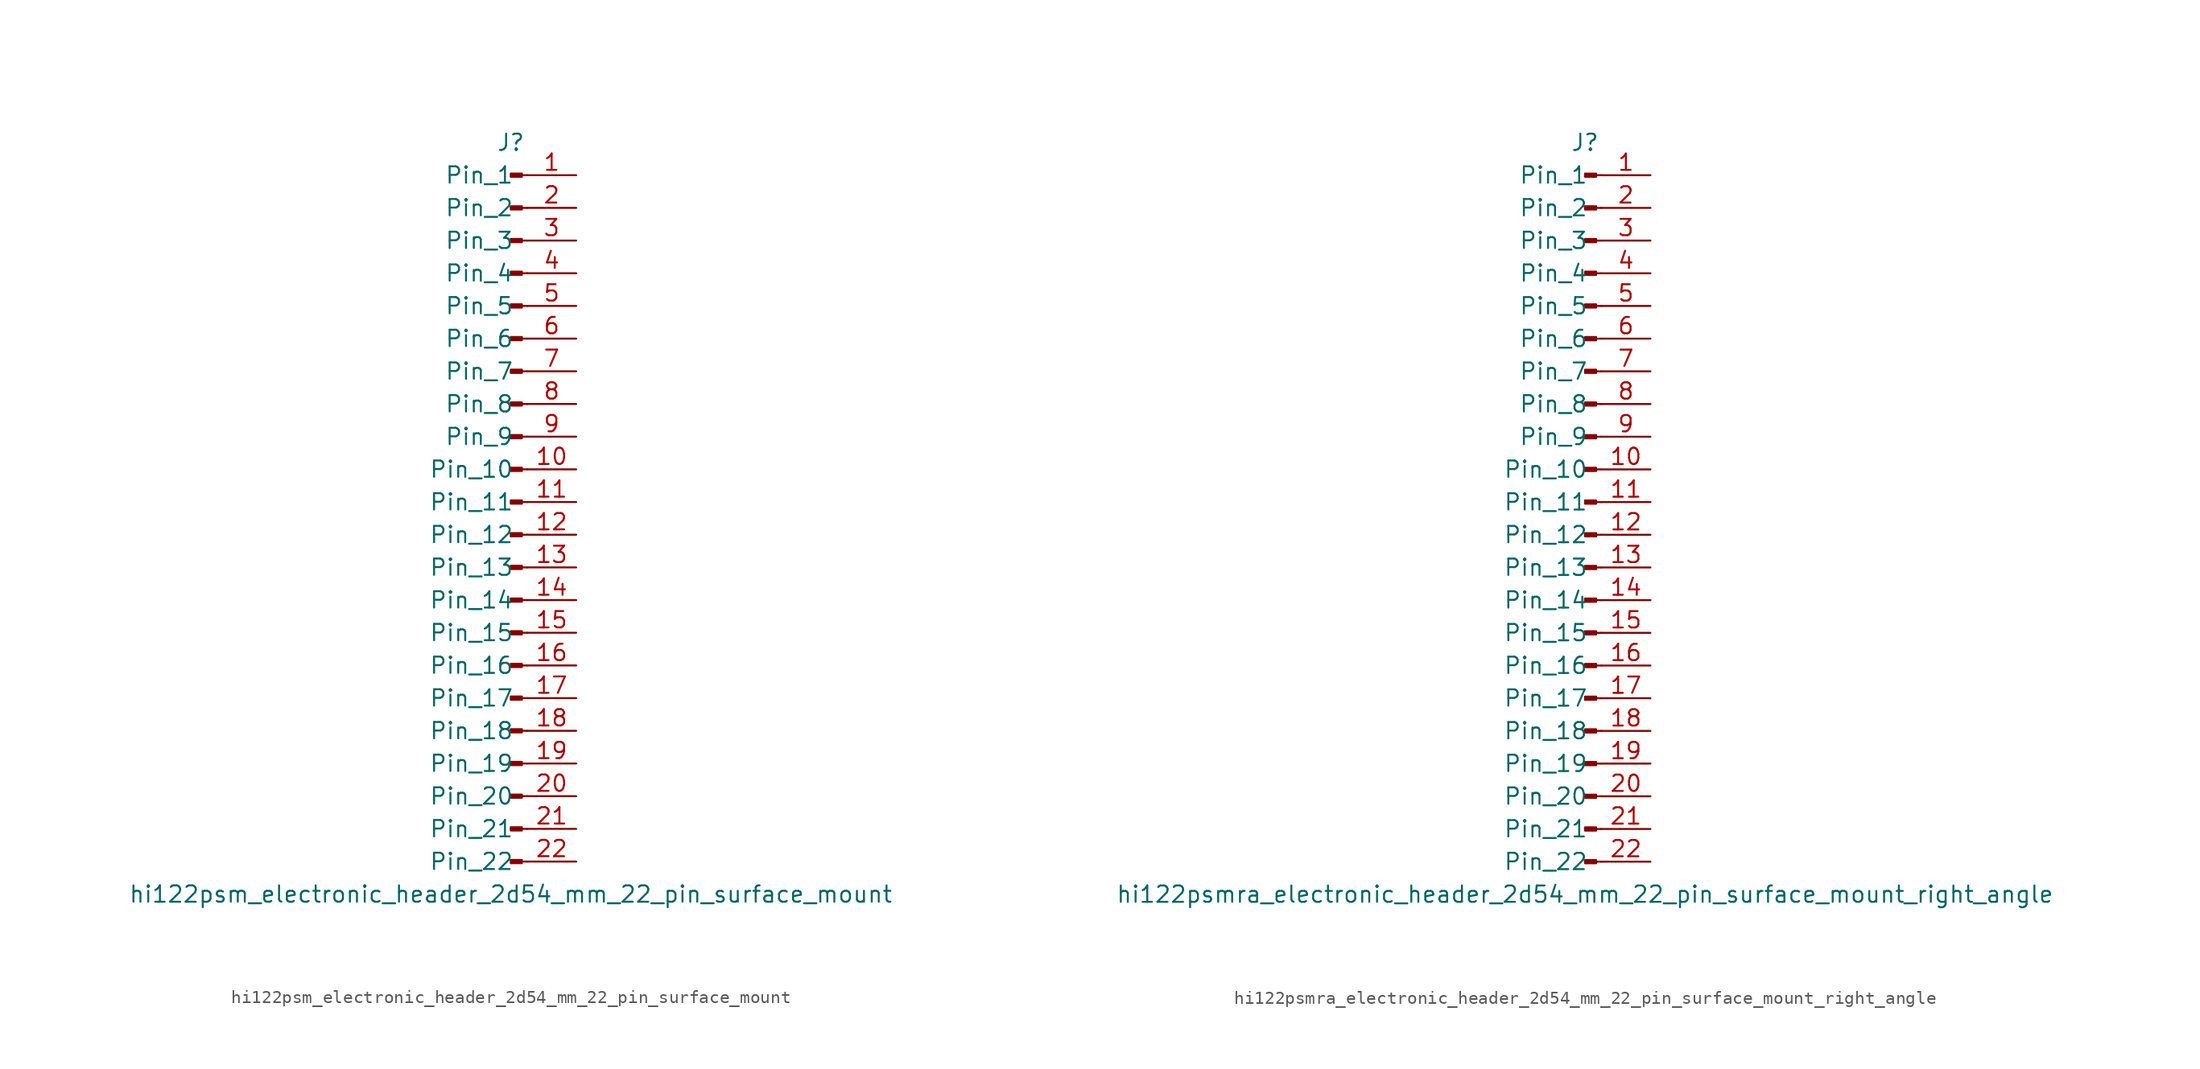
<source format=kicad_sym>
(kicad_symbol_lib
  (version 20220914)
  (generator kicad_symbol_editor)
  (symbol "hi122psm_electronic_header_2d54_mm_22_pin_surface_mount"
    (pin_names
      (offset 1.016))
    (property "Reference" "J"
      (at 0 27.94 0)
      (effects (font (size 1.27 1.27))))
    (property "Value" "hi122psm_electronic_header_2d54_mm_22_pin_surface_mount"
      (at 0 -30.48 0)
      (effects (font (size 1.27 1.27))))
    (property "ki_locked" ""
      (at 0 0 0)
      (effects (font (size 1.27 1.27))))
    (symbol "hi122psm_electronic_header_2d54_mm_22_pin_surface_mount_1_1"
      (polyline (pts (xy 1.27 -27.94) (xy 0.864 -27.94)) (stroke (width 0.152) (type default)) (fill (type none)))
      (polyline (pts (xy 1.27 -25.4) (xy 0.864 -25.4)) (stroke (width 0.152) (type default)) (fill (type none)))
      (polyline (pts (xy 1.27 -22.86) (xy 0.864 -22.86)) (stroke (width 0.152) (type default)) (fill (type none)))
      (polyline (pts (xy 1.27 -20.32) (xy 0.864 -20.32)) (stroke (width 0.152) (type default)) (fill (type none)))
      (polyline (pts (xy 1.27 -17.78) (xy 0.864 -17.78)) (stroke (width 0.152) (type default)) (fill (type none)))
      (polyline (pts (xy 1.27 -15.24) (xy 0.864 -15.24)) (stroke (width 0.152) (type default)) (fill (type none)))
      (polyline (pts (xy 1.27 -12.7) (xy 0.864 -12.7)) (stroke (width 0.152) (type default)) (fill (type none)))
      (polyline (pts (xy 1.27 -10.16) (xy 0.864 -10.16)) (stroke (width 0.152) (type default)) (fill (type none)))
      (polyline (pts (xy 1.27 -7.62) (xy 0.864 -7.62)) (stroke (width 0.152) (type default)) (fill (type none)))
      (polyline (pts (xy 1.27 -5.08) (xy 0.864 -5.08)) (stroke (width 0.152) (type default)) (fill (type none)))
      (polyline (pts (xy 1.27 -2.54) (xy 0.864 -2.54)) (stroke (width 0.152) (type default)) (fill (type none)))
      (polyline (pts (xy 1.27 0) (xy 0.864 0)) (stroke (width 0.152) (type default)) (fill (type none)))
      (polyline (pts (xy 1.27 2.54) (xy 0.864 2.54)) (stroke (width 0.152) (type default)) (fill (type none)))
      (polyline (pts (xy 1.27 5.08) (xy 0.864 5.08)) (stroke (width 0.152) (type default)) (fill (type none)))
      (polyline (pts (xy 1.27 7.62) (xy 0.864 7.62)) (stroke (width 0.152) (type default)) (fill (type none)))
      (polyline (pts (xy 1.27 10.16) (xy 0.864 10.16)) (stroke (width 0.152) (type default)) (fill (type none)))
      (polyline (pts (xy 1.27 12.7) (xy 0.864 12.7)) (stroke (width 0.152) (type default)) (fill (type none)))
      (polyline (pts (xy 1.27 15.24) (xy 0.864 15.24)) (stroke (width 0.152) (type default)) (fill (type none)))
      (polyline (pts (xy 1.27 17.78) (xy 0.864 17.78)) (stroke (width 0.152) (type default)) (fill (type none)))
      (polyline (pts (xy 1.27 20.32) (xy 0.864 20.32)) (stroke (width 0.152) (type default)) (fill (type none)))
      (polyline (pts (xy 1.27 22.86) (xy 0.864 22.86)) (stroke (width 0.152) (type default)) (fill (type none)))
      (polyline (pts (xy 1.27 25.4) (xy 0.864 25.4)) (stroke (width 0.152) (type default)) (fill (type none)))
      (rectangle (start 0.864 -27.813) (end 0 -28.067) (stroke (width 0.152) (type default)) (fill (type outline)))
      (rectangle (start 0.864 -25.273) (end 0 -25.527) (stroke (width 0.152) (type default)) (fill (type outline)))
      (rectangle (start 0.864 -22.733) (end 0 -22.987) (stroke (width 0.152) (type default)) (fill (type outline)))
      (rectangle (start 0.864 -20.193) (end 0 -20.447) (stroke (width 0.152) (type default)) (fill (type outline)))
      (rectangle (start 0.864 -17.653) (end 0 -17.907) (stroke (width 0.152) (type default)) (fill (type outline)))
      (rectangle (start 0.864 -15.113) (end 0 -15.367) (stroke (width 0.152) (type default)) (fill (type outline)))
      (rectangle (start 0.864 -12.573) (end 0 -12.827) (stroke (width 0.152) (type default)) (fill (type outline)))
      (rectangle (start 0.864 -10.033) (end 0 -10.287) (stroke (width 0.152) (type default)) (fill (type outline)))
      (rectangle (start 0.864 -7.493) (end 0 -7.747) (stroke (width 0.152) (type default)) (fill (type outline)))
      (rectangle (start 0.864 -4.953) (end 0 -5.207) (stroke (width 0.152) (type default)) (fill (type outline)))
      (rectangle (start 0.864 -2.413) (end 0 -2.667) (stroke (width 0.152) (type default)) (fill (type outline)))
      (rectangle (start 0.864 0.127) (end 0 -0.127) (stroke (width 0.152) (type default)) (fill (type outline)))
      (rectangle (start 0.864 2.667) (end 0 2.413) (stroke (width 0.152) (type default)) (fill (type outline)))
      (rectangle (start 0.864 5.207) (end 0 4.953) (stroke (width 0.152) (type default)) (fill (type outline)))
      (rectangle (start 0.864 7.747) (end 0 7.493) (stroke (width 0.152) (type default)) (fill (type outline)))
      (rectangle (start 0.864 10.287) (end 0 10.033) (stroke (width 0.152) (type default)) (fill (type outline)))
      (rectangle (start 0.864 12.827) (end 0 12.573) (stroke (width 0.152) (type default)) (fill (type outline)))
      (rectangle (start 0.864 15.367) (end 0 15.113) (stroke (width 0.152) (type default)) (fill (type outline)))
      (rectangle (start 0.864 17.907) (end 0 17.653) (stroke (width 0.152) (type default)) (fill (type outline)))
      (rectangle (start 0.864 20.447) (end 0 20.193) (stroke (width 0.152) (type default)) (fill (type outline)))
      (rectangle (start 0.864 22.987) (end 0 22.733) (stroke (width 0.152) (type default)) (fill (type outline)))
      (rectangle (start 0.864 25.527) (end 0 25.273) (stroke (width 0.152) (type default)) (fill (type outline)))
      (pin passive line (at 5.08 25.4 180) (length 3.81) (name "Pin_1" (effects (font (size 1.27 1.27)))) (number "1" (effects (font (size 1.27 1.27)))))
      (pin passive line (at 5.08 2.54 180) (length 3.81) (name "Pin_10" (effects (font (size 1.27 1.27)))) (number "10" (effects (font (size 1.27 1.27)))))
      (pin passive line (at 5.08 0 180) (length 3.81) (name "Pin_11" (effects (font (size 1.27 1.27)))) (number "11" (effects (font (size 1.27 1.27)))))
      (pin passive line (at 5.08 -2.54 180) (length 3.81) (name "Pin_12" (effects (font (size 1.27 1.27)))) (number "12" (effects (font (size 1.27 1.27)))))
      (pin passive line (at 5.08 -5.08 180) (length 3.81) (name "Pin_13" (effects (font (size 1.27 1.27)))) (number "13" (effects (font (size 1.27 1.27)))))
      (pin passive line (at 5.08 -7.62 180) (length 3.81) (name "Pin_14" (effects (font (size 1.27 1.27)))) (number "14" (effects (font (size 1.27 1.27)))))
      (pin passive line (at 5.08 -10.16 180) (length 3.81) (name "Pin_15" (effects (font (size 1.27 1.27)))) (number "15" (effects (font (size 1.27 1.27)))))
      (pin passive line (at 5.08 -12.7 180) (length 3.81) (name "Pin_16" (effects (font (size 1.27 1.27)))) (number "16" (effects (font (size 1.27 1.27)))))
      (pin passive line (at 5.08 -15.24 180) (length 3.81) (name "Pin_17" (effects (font (size 1.27 1.27)))) (number "17" (effects (font (size 1.27 1.27)))))
      (pin passive line (at 5.08 -17.78 180) (length 3.81) (name "Pin_18" (effects (font (size 1.27 1.27)))) (number "18" (effects (font (size 1.27 1.27)))))
      (pin passive line (at 5.08 -20.32 180) (length 3.81) (name "Pin_19" (effects (font (size 1.27 1.27)))) (number "19" (effects (font (size 1.27 1.27)))))
      (pin passive line (at 5.08 22.86 180) (length 3.81) (name "Pin_2" (effects (font (size 1.27 1.27)))) (number "2" (effects (font (size 1.27 1.27)))))
      (pin passive line (at 5.08 -22.86 180) (length 3.81) (name "Pin_20" (effects (font (size 1.27 1.27)))) (number "20" (effects (font (size 1.27 1.27)))))
      (pin passive line (at 5.08 -25.4 180) (length 3.81) (name "Pin_21" (effects (font (size 1.27 1.27)))) (number "21" (effects (font (size 1.27 1.27)))))
      (pin passive line (at 5.08 -27.94 180) (length 3.81) (name "Pin_22" (effects (font (size 1.27 1.27)))) (number "22" (effects (font (size 1.27 1.27)))))
      (pin passive line (at 5.08 20.32 180) (length 3.81) (name "Pin_3" (effects (font (size 1.27 1.27)))) (number "3" (effects (font (size 1.27 1.27)))))
      (pin passive line (at 5.08 17.78 180) (length 3.81) (name "Pin_4" (effects (font (size 1.27 1.27)))) (number "4" (effects (font (size 1.27 1.27)))))
      (pin passive line (at 5.08 15.24 180) (length 3.81) (name "Pin_5" (effects (font (size 1.27 1.27)))) (number "5" (effects (font (size 1.27 1.27)))))
      (pin passive line (at 5.08 12.7 180) (length 3.81) (name "Pin_6" (effects (font (size 1.27 1.27)))) (number "6" (effects (font (size 1.27 1.27)))))
      (pin passive line (at 5.08 10.16 180) (length 3.81) (name "Pin_7" (effects (font (size 1.27 1.27)))) (number "7" (effects (font (size 1.27 1.27)))))
      (pin passive line (at 5.08 7.62 180) (length 3.81) (name "Pin_8" (effects (font (size 1.27 1.27)))) (number "8" (effects (font (size 1.27 1.27)))))
      (pin passive line (at 5.08 5.08 180) (length 3.81) (name "Pin_9" (effects (font (size 1.27 1.27)))) (number "9" (effects (font (size 1.27 1.27)))))))
  (symbol "hi122psmra_electronic_header_2d54_mm_22_pin_surface_mount_right_angle"
    (pin_names
      (offset 1.016))
    (property "Reference" "J"
      (at 0 27.94 0)
      (effects (font (size 1.27 1.27))))
    (property "Value" "hi122psmra_electronic_header_2d54_mm_22_pin_surface_mount_right_angle"
      (at 0 -30.48 0)
      (effects (font (size 1.27 1.27))))
    (property "ki_locked" ""
      (at 0 0 0)
      (effects (font (size 1.27 1.27))))
    (symbol "hi122psmra_electronic_header_2d54_mm_22_pin_surface_mount_right_angle_1_1"
      (polyline (pts (xy 1.27 -27.94) (xy 0.864 -27.94)) (stroke (width 0.152) (type default)) (fill (type none)))
      (polyline (pts (xy 1.27 -25.4) (xy 0.864 -25.4)) (stroke (width 0.152) (type default)) (fill (type none)))
      (polyline (pts (xy 1.27 -22.86) (xy 0.864 -22.86)) (stroke (width 0.152) (type default)) (fill (type none)))
      (polyline (pts (xy 1.27 -20.32) (xy 0.864 -20.32)) (stroke (width 0.152) (type default)) (fill (type none)))
      (polyline (pts (xy 1.27 -17.78) (xy 0.864 -17.78)) (stroke (width 0.152) (type default)) (fill (type none)))
      (polyline (pts (xy 1.27 -15.24) (xy 0.864 -15.24)) (stroke (width 0.152) (type default)) (fill (type none)))
      (polyline (pts (xy 1.27 -12.7) (xy 0.864 -12.7)) (stroke (width 0.152) (type default)) (fill (type none)))
      (polyline (pts (xy 1.27 -10.16) (xy 0.864 -10.16)) (stroke (width 0.152) (type default)) (fill (type none)))
      (polyline (pts (xy 1.27 -7.62) (xy 0.864 -7.62)) (stroke (width 0.152) (type default)) (fill (type none)))
      (polyline (pts (xy 1.27 -5.08) (xy 0.864 -5.08)) (stroke (width 0.152) (type default)) (fill (type none)))
      (polyline (pts (xy 1.27 -2.54) (xy 0.864 -2.54)) (stroke (width 0.152) (type default)) (fill (type none)))
      (polyline (pts (xy 1.27 0) (xy 0.864 0)) (stroke (width 0.152) (type default)) (fill (type none)))
      (polyline (pts (xy 1.27 2.54) (xy 0.864 2.54)) (stroke (width 0.152) (type default)) (fill (type none)))
      (polyline (pts (xy 1.27 5.08) (xy 0.864 5.08)) (stroke (width 0.152) (type default)) (fill (type none)))
      (polyline (pts (xy 1.27 7.62) (xy 0.864 7.62)) (stroke (width 0.152) (type default)) (fill (type none)))
      (polyline (pts (xy 1.27 10.16) (xy 0.864 10.16)) (stroke (width 0.152) (type default)) (fill (type none)))
      (polyline (pts (xy 1.27 12.7) (xy 0.864 12.7)) (stroke (width 0.152) (type default)) (fill (type none)))
      (polyline (pts (xy 1.27 15.24) (xy 0.864 15.24)) (stroke (width 0.152) (type default)) (fill (type none)))
      (polyline (pts (xy 1.27 17.78) (xy 0.864 17.78)) (stroke (width 0.152) (type default)) (fill (type none)))
      (polyline (pts (xy 1.27 20.32) (xy 0.864 20.32)) (stroke (width 0.152) (type default)) (fill (type none)))
      (polyline (pts (xy 1.27 22.86) (xy 0.864 22.86)) (stroke (width 0.152) (type default)) (fill (type none)))
      (polyline (pts (xy 1.27 25.4) (xy 0.864 25.4)) (stroke (width 0.152) (type default)) (fill (type none)))
      (rectangle (start 0.864 -27.813) (end 0 -28.067) (stroke (width 0.152) (type default)) (fill (type outline)))
      (rectangle (start 0.864 -25.273) (end 0 -25.527) (stroke (width 0.152) (type default)) (fill (type outline)))
      (rectangle (start 0.864 -22.733) (end 0 -22.987) (stroke (width 0.152) (type default)) (fill (type outline)))
      (rectangle (start 0.864 -20.193) (end 0 -20.447) (stroke (width 0.152) (type default)) (fill (type outline)))
      (rectangle (start 0.864 -17.653) (end 0 -17.907) (stroke (width 0.152) (type default)) (fill (type outline)))
      (rectangle (start 0.864 -15.113) (end 0 -15.367) (stroke (width 0.152) (type default)) (fill (type outline)))
      (rectangle (start 0.864 -12.573) (end 0 -12.827) (stroke (width 0.152) (type default)) (fill (type outline)))
      (rectangle (start 0.864 -10.033) (end 0 -10.287) (stroke (width 0.152) (type default)) (fill (type outline)))
      (rectangle (start 0.864 -7.493) (end 0 -7.747) (stroke (width 0.152) (type default)) (fill (type outline)))
      (rectangle (start 0.864 -4.953) (end 0 -5.207) (stroke (width 0.152) (type default)) (fill (type outline)))
      (rectangle (start 0.864 -2.413) (end 0 -2.667) (stroke (width 0.152) (type default)) (fill (type outline)))
      (rectangle (start 0.864 0.127) (end 0 -0.127) (stroke (width 0.152) (type default)) (fill (type outline)))
      (rectangle (start 0.864 2.667) (end 0 2.413) (stroke (width 0.152) (type default)) (fill (type outline)))
      (rectangle (start 0.864 5.207) (end 0 4.953) (stroke (width 0.152) (type default)) (fill (type outline)))
      (rectangle (start 0.864 7.747) (end 0 7.493) (stroke (width 0.152) (type default)) (fill (type outline)))
      (rectangle (start 0.864 10.287) (end 0 10.033) (stroke (width 0.152) (type default)) (fill (type outline)))
      (rectangle (start 0.864 12.827) (end 0 12.573) (stroke (width 0.152) (type default)) (fill (type outline)))
      (rectangle (start 0.864 15.367) (end 0 15.113) (stroke (width 0.152) (type default)) (fill (type outline)))
      (rectangle (start 0.864 17.907) (end 0 17.653) (stroke (width 0.152) (type default)) (fill (type outline)))
      (rectangle (start 0.864 20.447) (end 0 20.193) (stroke (width 0.152) (type default)) (fill (type outline)))
      (rectangle (start 0.864 22.987) (end 0 22.733) (stroke (width 0.152) (type default)) (fill (type outline)))
      (rectangle (start 0.864 25.527) (end 0 25.273) (stroke (width 0.152) (type default)) (fill (type outline)))
      (pin passive line (at 5.08 25.4 180) (length 3.81) (name "Pin_1" (effects (font (size 1.27 1.27)))) (number "1" (effects (font (size 1.27 1.27)))))
      (pin passive line (at 5.08 2.54 180) (length 3.81) (name "Pin_10" (effects (font (size 1.27 1.27)))) (number "10" (effects (font (size 1.27 1.27)))))
      (pin passive line (at 5.08 0 180) (length 3.81) (name "Pin_11" (effects (font (size 1.27 1.27)))) (number "11" (effects (font (size 1.27 1.27)))))
      (pin passive line (at 5.08 -2.54 180) (length 3.81) (name "Pin_12" (effects (font (size 1.27 1.27)))) (number "12" (effects (font (size 1.27 1.27)))))
      (pin passive line (at 5.08 -5.08 180) (length 3.81) (name "Pin_13" (effects (font (size 1.27 1.27)))) (number "13" (effects (font (size 1.27 1.27)))))
      (pin passive line (at 5.08 -7.62 180) (length 3.81) (name "Pin_14" (effects (font (size 1.27 1.27)))) (number "14" (effects (font (size 1.27 1.27)))))
      (pin passive line (at 5.08 -10.16 180) (length 3.81) (name "Pin_15" (effects (font (size 1.27 1.27)))) (number "15" (effects (font (size 1.27 1.27)))))
      (pin passive line (at 5.08 -12.7 180) (length 3.81) (name "Pin_16" (effects (font (size 1.27 1.27)))) (number "16" (effects (font (size 1.27 1.27)))))
      (pin passive line (at 5.08 -15.24 180) (length 3.81) (name "Pin_17" (effects (font (size 1.27 1.27)))) (number "17" (effects (font (size 1.27 1.27)))))
      (pin passive line (at 5.08 -17.78 180) (length 3.81) (name "Pin_18" (effects (font (size 1.27 1.27)))) (number "18" (effects (font (size 1.27 1.27)))))
      (pin passive line (at 5.08 -20.32 180) (length 3.81) (name "Pin_19" (effects (font (size 1.27 1.27)))) (number "19" (effects (font (size 1.27 1.27)))))
      (pin passive line (at 5.08 22.86 180) (length 3.81) (name "Pin_2" (effects (font (size 1.27 1.27)))) (number "2" (effects (font (size 1.27 1.27)))))
      (pin passive line (at 5.08 -22.86 180) (length 3.81) (name "Pin_20" (effects (font (size 1.27 1.27)))) (number "20" (effects (font (size 1.27 1.27)))))
      (pin passive line (at 5.08 -25.4 180) (length 3.81) (name "Pin_21" (effects (font (size 1.27 1.27)))) (number "21" (effects (font (size 1.27 1.27)))))
      (pin passive line (at 5.08 -27.94 180) (length 3.81) (name "Pin_22" (effects (font (size 1.27 1.27)))) (number "22" (effects (font (size 1.27 1.27)))))
      (pin passive line (at 5.08 20.32 180) (length 3.81) (name "Pin_3" (effects (font (size 1.27 1.27)))) (number "3" (effects (font (size 1.27 1.27)))))
      (pin passive line (at 5.08 17.78 180) (length 3.81) (name "Pin_4" (effects (font (size 1.27 1.27)))) (number "4" (effects (font (size 1.27 1.27)))))
      (pin passive line (at 5.08 15.24 180) (length 3.81) (name "Pin_5" (effects (font (size 1.27 1.27)))) (number "5" (effects (font (size 1.27 1.27)))))
      (pin passive line (at 5.08 12.7 180) (length 3.81) (name "Pin_6" (effects (font (size 1.27 1.27)))) (number "6" (effects (font (size 1.27 1.27)))))
      (pin passive line (at 5.08 10.16 180) (length 3.81) (name "Pin_7" (effects (font (size 1.27 1.27)))) (number "7" (effects (font (size 1.27 1.27)))))
      (pin passive line (at 5.08 7.62 180) (length 3.81) (name "Pin_8" (effects (font (size 1.27 1.27)))) (number "8" (effects (font (size 1.27 1.27)))))
      (pin passive line (at 5.08 5.08 180) (length 3.81) (name "Pin_9" (effects (font (size 1.27 1.27)))) (number "9" (effects (font (size 1.27 1.27))))))))
</source>
